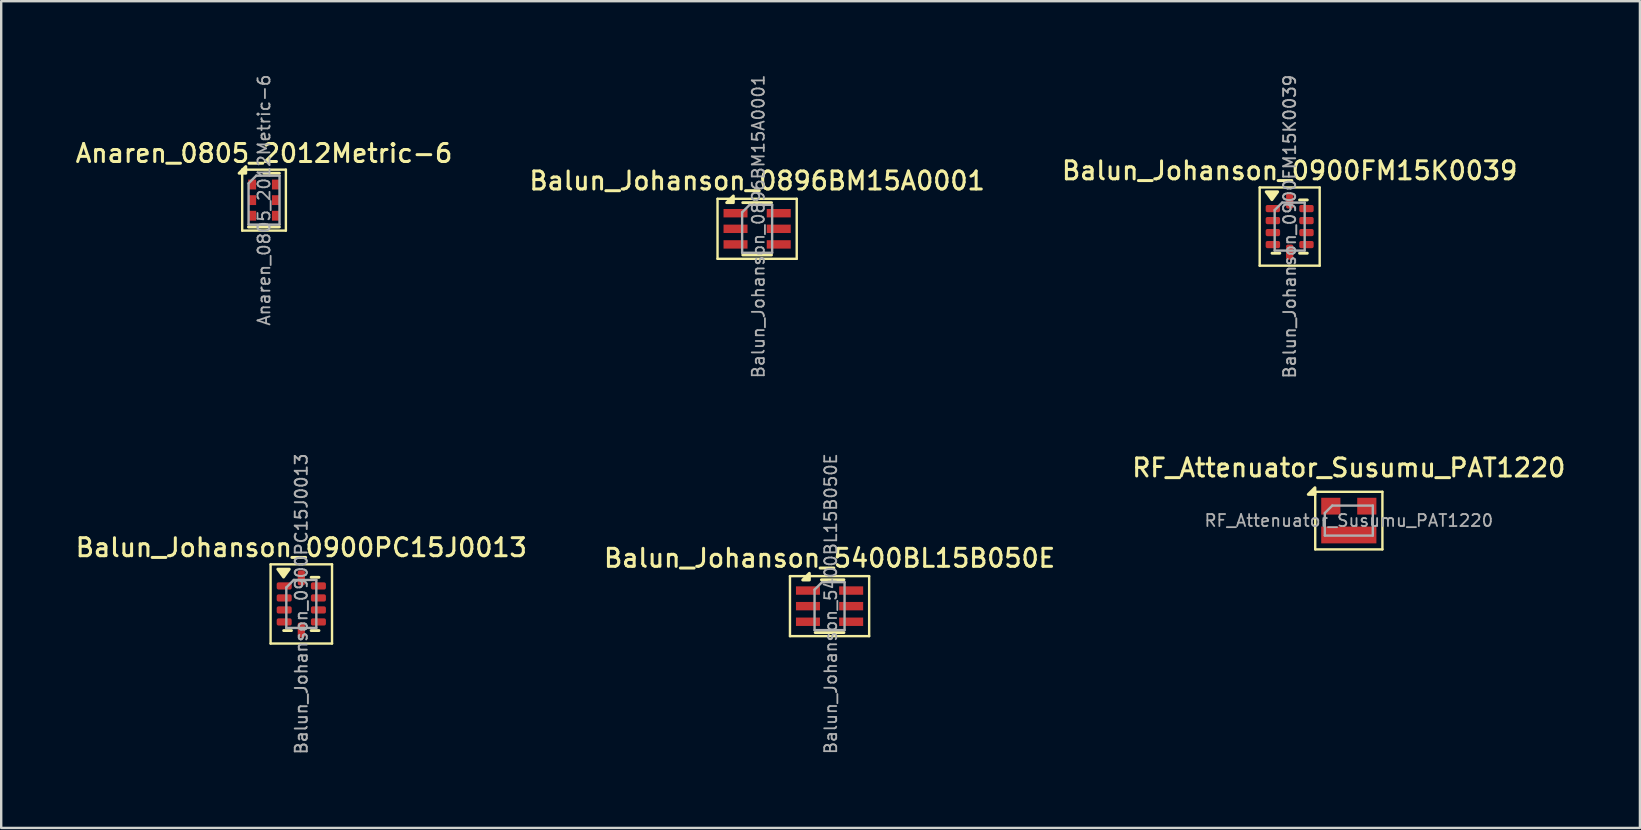
<source format=kicad_pcb>
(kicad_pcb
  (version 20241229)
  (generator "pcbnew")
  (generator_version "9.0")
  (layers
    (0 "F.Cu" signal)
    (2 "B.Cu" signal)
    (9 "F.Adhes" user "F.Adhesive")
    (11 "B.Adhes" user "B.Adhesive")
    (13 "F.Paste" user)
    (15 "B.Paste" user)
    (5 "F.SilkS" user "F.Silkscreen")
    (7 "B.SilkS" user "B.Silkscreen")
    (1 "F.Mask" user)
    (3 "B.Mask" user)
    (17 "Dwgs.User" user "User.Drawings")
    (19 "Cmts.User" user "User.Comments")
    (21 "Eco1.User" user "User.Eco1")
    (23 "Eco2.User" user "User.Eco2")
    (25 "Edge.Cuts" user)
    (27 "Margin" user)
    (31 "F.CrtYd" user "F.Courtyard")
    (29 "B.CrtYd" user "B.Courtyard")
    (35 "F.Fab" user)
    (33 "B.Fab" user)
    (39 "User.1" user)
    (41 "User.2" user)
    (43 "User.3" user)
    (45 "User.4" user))
  (footprint "RF_Attenuator_Susumu_PAT1220"
    (layer "F.Cu")
    (at 53.152 18.641)
    (property "Reference" "RF_Attenuator_Susumu_PAT1220" (at 0 -2.2 0) (layer "F.SilkS") (effects (font (size 0.75 0.75) (thickness 0.125))))
    (attr smd)
    (fp_line (start -1.4 -1.2) (end 1.4 -1.2) (stroke (width 0.1) (type solid)) (layer "F.SilkS"))
    (fp_line (start -1.4 1.2) (end -1.4 -1.2) (stroke (width 0.1) (type solid)) (layer "F.SilkS"))
    (fp_line (start 1.4 -1.2) (end 1.4 1.2) (stroke (width 0.1) (type solid)) (layer "F.SilkS"))
    (fp_line (start 1.4 1.2) (end -1.4 1.2) (stroke (width 0.1) (type solid)) (layer "F.SilkS"))
    (fp_poly (pts (xy -1.41 -1.09) (xy -1.69 -1.09) (xy -1.41 -1.37) (xy -1.41 -1.09)) (stroke (width 0.12) (type solid)) (fill yes) (layer "F.SilkS"))
    (fp_line (start -1 -0.312) (end -0.688 -0.625) (stroke (width 0.1) (type solid)) (layer "F.Fab"))
    (fp_line (start -1 0.625) (end -1 -0.312) (stroke (width 0.1) (type solid)) (layer "F.Fab"))
    (fp_line (start -0.688 -0.625) (end 1 -0.625) (stroke (width 0.1) (type solid)) (layer "F.Fab"))
    (fp_line (start 1 -0.625) (end 1 0.625) (stroke (width 0.1) (type solid)) (layer "F.Fab"))
    (fp_line (start 1 0.625) (end -1 0.625) (stroke (width 0.1) (type solid)) (layer "F.Fab"))
    (fp_text user "${REFERENCE}" (at 0 0 0) (layer "F.Fab") (effects (font (size 0.5 0.5) (thickness 0.075))))
    (pad "1" smd rect (at -0.75 -0.6) (size 0.8 0.7) (layers "F.Cu" "F.Mask" "F.Paste"))
    (pad "2" smd rect (at 0.75 -0.6) (size 0.8 0.7) (layers "F.Cu" "F.Mask" "F.Paste"))
    (pad "3" smd rect (at 0 0.6) (size 2.3 0.7) (layers "F.Cu" "F.Mask" "F.Paste")))
  (footprint "Balun_Johanson_0896BM15A0001"
    (layer "F.Cu")
    (at 28.498 6.484)
    (property "Reference" "Balun_Johanson_0896BM15A0001" (at 0 -2 0) (layer "F.SilkS") (effects (font (size 0.75 0.75) (thickness 0.125))))
    (attr smd)
    (fp_line (start -1.65 -1.25) (end -1.65 1.25) (stroke (width 0.1) (type solid)) (layer "F.SilkS"))
    (fp_line (start -1.65 1.25) (end 1.65 1.25) (stroke (width 0.1) (type solid)) (layer "F.SilkS"))
    (fp_line (start -0.6 -1.09) (end 0.6 -1.09) (stroke (width 0.12) (type solid)) (layer "F.SilkS"))
    (fp_line (start -0.6 1.09) (end 0.6 1.09) (stroke (width 0.12) (type solid)) (layer "F.SilkS"))
    (fp_line (start 1.65 -1.25) (end -1.65 -1.25) (stroke (width 0.1) (type solid)) (layer "F.SilkS"))
    (fp_line (start 1.65 1.25) (end 1.65 -1.25) (stroke (width 0.1) (type solid)) (layer "F.SilkS"))
    (fp_poly (pts (xy -0.99 -1.09) (xy -1.27 -1.09) (xy -0.99 -1.37) (xy -0.99 -1.09)) (stroke (width 0.12) (type solid)) (fill yes) (layer "F.SilkS"))
    (fp_line (start -0.625 1) (end -0.625 -0.688) (stroke (width 0.1) (type solid)) (layer "F.Fab"))
    (fp_line (start -0.312 -1) (end -0.625 -0.688) (stroke (width 0.1) (type solid)) (layer "F.Fab"))
    (fp_line (start -0.312 -1) (end 0.625 -1) (stroke (width 0.1) (type solid)) (layer "F.Fab"))
    (fp_line (start 0.625 -1) (end 0.625 1) (stroke (width 0.1) (type solid)) (layer "F.Fab"))
    (fp_line (start 0.625 1) (end -0.625 1) (stroke (width 0.1) (type solid)) (layer "F.Fab"))
    (fp_text user "${REFERENCE}" (at 0.05 -0.1 90) (layer "F.Fab") (effects (font (size 0.5 0.5) (thickness 0.075))))
    (pad "1" smd rect (at -0.9 -0.65) (size 1 0.35) (layers "F.Cu" "F.Mask" "F.Paste"))
    (pad "2" smd rect (at -0.9 0) (size 1 0.35) (layers "F.Cu" "F.Mask" "F.Paste"))
    (pad "3" smd rect (at -0.9 0.65) (size 1 0.35) (layers "F.Cu" "F.Mask" "F.Paste"))
    (pad "4" smd rect (at 0.9 0.65) (size 1 0.35) (layers "F.Cu" "F.Mask" "F.Paste"))
    (pad "5" smd rect (at 0.9 0) (size 1 0.35) (layers "F.Cu" "F.Mask" "F.Paste"))
    (pad "6" smd rect (at 0.9 -0.65) (size 1 0.35) (layers "F.Cu" "F.Mask" "F.Paste")))
  (footprint "Anaren_0805_2012Metric-6"
    (layer "F.Cu")
    (at 7.952 5.289)
    (property "Reference" "Anaren_0805_2012Metric-6" (at 0 -1.95 0) (layer "F.SilkS") (effects (font (size 0.75 0.75) (thickness 0.125))))
    (attr smd)
    (fp_line (start -0.91 -1.27) (end 0.91 -1.27) (stroke (width 0.1) (type solid)) (layer "F.SilkS"))
    (fp_line (start -0.91 1.27) (end -0.91 -1.27) (stroke (width 0.1) (type solid)) (layer "F.SilkS"))
    (fp_line (start -0.65 1.12) (end 0.64 1.12) (stroke (width 0.12) (type solid)) (layer "F.SilkS"))
    (fp_line (start -0.005 -1.12) (end 0.64 -1.12) (stroke (width 0.12) (type solid)) (layer "F.SilkS"))
    (fp_line (start 0.91 -1.27) (end 0.91 1.27) (stroke (width 0.1) (type solid)) (layer "F.SilkS"))
    (fp_line (start 0.91 1.27) (end -0.91 1.27) (stroke (width 0.1) (type solid)) (layer "F.SilkS"))
    (fp_poly (pts (xy -0.76 -1.12) (xy -1.04 -1.12) (xy -0.76 -1.4) (xy -0.76 -1.12)) (stroke (width 0.12) (type solid)) (fill yes) (layer "F.SilkS"))
    (fp_line (start -0.645 -0.698) (end -0.645 1.02) (stroke (width 0.1) (type solid)) (layer "F.Fab"))
    (fp_line (start -0.645 -0.698) (end -0.323 -1.02) (stroke (width 0.1) (type solid)) (layer "F.Fab"))
    (fp_line (start -0.645 1.02) (end 0.645 1.02) (stroke (width 0.1) (type solid)) (layer "F.Fab"))
    (fp_line (start 0.645 -1.02) (end -0.323 -1.02) (stroke (width 0.1) (type solid)) (layer "F.Fab"))
    (fp_line (start 0.645 1.02) (end 0.645 -1.02) (stroke (width 0.1) (type solid)) (layer "F.Fab"))
    (fp_text user "${REFERENCE}" (at 0 0 90) (layer "F.Fab") (effects (font (size 0.5 0.5) (thickness 0.075))))
    (pad "1" smd rect (at -0.495 -0.65 270) (size 0.41 0.33) (layers "F.Cu" "F.Mask" "F.Paste"))
    (pad "2" smd rect (at -0.495 0 270) (size 0.41 0.33) (layers "F.Cu" "F.Mask" "F.Paste"))
    (pad "3" smd rect (at -0.495 0.65 270) (size 0.41 0.33) (layers "F.Cu" "F.Mask" "F.Paste"))
    (pad "4" smd rect (at 0.495 0.65 270) (size 0.41 0.33) (layers "F.Cu" "F.Mask" "F.Paste"))
    (pad "5" smd rect (at 0.495 0 270) (size 0.41 0.33) (layers "F.Cu" "F.Mask" "F.Paste"))
    (pad "6" smd rect (at 0.495 -0.65 270) (size 0.41 0.33) (layers "F.Cu" "F.Mask" "F.Paste")))
  (footprint "Balun_Johanson_0900PC15J0013"
    (layer "F.Cu")
    (at 9.505 22.115)
    (property "Reference" "Balun_Johanson_0900PC15J0013" (at 0 -2.35 0) (layer "F.SilkS") (effects (font (size 0.75 0.75) (thickness 0.125))))
    (attr smd)
    (fp_line (start -1.28 -1.65) (end -1.28 1.65) (stroke (width 0.1) (type solid)) (layer "F.SilkS"))
    (fp_line (start -1.28 1.65) (end 1.28 1.65) (stroke (width 0.1) (type solid)) (layer "F.SilkS"))
    (fp_line (start -0.41 1.11) (end -0.735 1.11) (stroke (width 0.12) (type solid)) (layer "F.SilkS"))
    (fp_line (start 0.41 -1.11) (end 0.735 -1.11) (stroke (width 0.12) (type solid)) (layer "F.SilkS"))
    (fp_line (start 0.41 1.11) (end 0.735 1.11) (stroke (width 0.12) (type solid)) (layer "F.SilkS"))
    (fp_line (start 1.28 -1.65) (end -1.28 -1.65) (stroke (width 0.1) (type solid)) (layer "F.SilkS"))
    (fp_line (start 1.28 1.65) (end 1.28 -1.65) (stroke (width 0.1) (type solid)) (layer "F.SilkS"))
    (fp_poly (pts (xy -0.74 -1.12) (xy -0.98 -1.45) (xy -0.5 -1.45) (xy -0.74 -1.12)) (stroke (width 0.12) (type solid)) (fill yes) (layer "F.SilkS"))
    (fp_line (start -0.625 -0.688) (end -0.312 -1) (stroke (width 0.1) (type solid)) (layer "F.Fab"))
    (fp_line (start -0.625 1) (end -0.625 -0.688) (stroke (width 0.1) (type solid)) (layer "F.Fab"))
    (fp_line (start -0.312 -1) (end 0.625 -1) (stroke (width 0.1) (type solid)) (layer "F.Fab"))
    (fp_line (start 0.625 -1) (end 0.625 1) (stroke (width 0.1) (type solid)) (layer "F.Fab"))
    (fp_line (start 0.625 1) (end -0.625 1) (stroke (width 0.1) (type solid)) (layer "F.Fab"))
    (fp_text user "${REFERENCE}" (at 0 0 90) (layer "F.Fab") (effects (font (size 0.5 0.5) (thickness 0.08))))
    (pad "1" smd roundrect (at -0.713 -0.75) (size 0.625 0.3) (layers "F.Cu" "F.Mask" "F.Paste") (roundrect_rratio 0.25))
    (pad "2" smd roundrect (at -0.713 -0.25) (size 0.625 0.3) (layers "F.Cu" "F.Mask" "F.Paste") (roundrect_rratio 0.25))
    (pad "3" smd roundrect (at -0.713 0.25) (size 0.625 0.3) (layers "F.Cu" "F.Mask" "F.Paste") (roundrect_rratio 0.25))
    (pad "4" smd roundrect (at -0.713 0.75) (size 0.625 0.3) (layers "F.Cu" "F.Mask" "F.Paste") (roundrect_rratio 0.25))
    (pad "5" smd roundrect (at 0 1.087) (size 0.3 0.625) (layers "F.Cu" "F.Mask" "F.Paste") (roundrect_rratio 0.25))
    (pad "6" smd roundrect (at 0.713 0.75) (size 0.625 0.3) (layers "F.Cu" "F.Mask" "F.Paste") (roundrect_rratio 0.25))
    (pad "7" smd roundrect (at 0.713 0.25) (size 0.625 0.3) (layers "F.Cu" "F.Mask" "F.Paste") (roundrect_rratio 0.25))
    (pad "8" smd roundrect (at 0.713 -0.25) (size 0.625 0.3) (layers "F.Cu" "F.Mask" "F.Paste") (roundrect_rratio 0.25))
    (pad "9" smd roundrect (at 0.713 -0.75) (size 0.625 0.3) (layers "F.Cu" "F.Mask" "F.Paste") (roundrect_rratio 0.25))
    (pad "10" smd roundrect (at 0 -1.087) (size 0.3 0.625) (layers "F.Cu" "F.Mask" "F.Paste") (roundrect_rratio 0.25)))
  (footprint "Balun_Johanson_0900FM15K0039"
    (layer "F.Cu")
    (at 50.688 6.391)
    (property "Reference" "Balun_Johanson_0900FM15K0039" (at 0 -2.33 0) (layer "F.SilkS") (effects (font (size 0.75 0.75) (thickness 0.125))))
    (attr smd)
    (fp_line (start -1.25 -1.63) (end -1.25 1.63) (stroke (width 0.1) (type solid)) (layer "F.SilkS"))
    (fp_line (start -1.25 1.63) (end 1.25 1.63) (stroke (width 0.1) (type solid)) (layer "F.SilkS"))
    (fp_line (start -0.41 1.11) (end -0.735 1.11) (stroke (width 0.12) (type solid)) (layer "F.SilkS"))
    (fp_line (start 0.41 -1.11) (end 0.735 -1.11) (stroke (width 0.12) (type solid)) (layer "F.SilkS"))
    (fp_line (start 0.41 1.11) (end 0.735 1.11) (stroke (width 0.12) (type solid)) (layer "F.SilkS"))
    (fp_line (start 1.25 -1.63) (end -1.25 -1.63) (stroke (width 0.1) (type solid)) (layer "F.SilkS"))
    (fp_line (start 1.25 1.63) (end 1.25 -1.63) (stroke (width 0.1) (type solid)) (layer "F.SilkS"))
    (fp_poly (pts (xy -0.74 -1.12) (xy -0.98 -1.45) (xy -0.5 -1.45) (xy -0.74 -1.12)) (stroke (width 0.12) (type solid)) (fill yes) (layer "F.SilkS"))
    (fp_line (start -0.625 -0.688) (end -0.312 -1) (stroke (width 0.1) (type solid)) (layer "F.Fab"))
    (fp_line (start -0.625 1) (end -0.625 -0.688) (stroke (width 0.1) (type solid)) (layer "F.Fab"))
    (fp_line (start -0.312 -1) (end 0.625 -1) (stroke (width 0.1) (type solid)) (layer "F.Fab"))
    (fp_line (start 0.625 -1) (end 0.625 1) (stroke (width 0.1) (type solid)) (layer "F.Fab"))
    (fp_line (start 0.625 1) (end -0.625 1) (stroke (width 0.1) (type solid)) (layer "F.Fab"))
    (fp_text user "${REFERENCE}" (at 0 0 90) (layer "F.Fab") (effects (font (size 0.5 0.5) (thickness 0.08))))
    (pad "1" smd roundrect (at -0.7 -0.75) (size 0.6 0.3) (layers "F.Cu" "F.Mask" "F.Paste") (roundrect_rratio 0.25))
    (pad "2" smd roundrect (at -0.7 -0.25) (size 0.6 0.3) (layers "F.Cu" "F.Mask" "F.Paste") (roundrect_rratio 0.25))
    (pad "3" smd roundrect (at -0.7 0.25) (size 0.6 0.3) (layers "F.Cu" "F.Mask" "F.Paste") (roundrect_rratio 0.25))
    (pad "4" smd roundrect (at -0.7 0.75) (size 0.6 0.3) (layers "F.Cu" "F.Mask" "F.Paste") (roundrect_rratio 0.25))
    (pad "5" smd roundrect (at 0 1.062) (size 0.3 0.625) (layers "F.Cu" "F.Mask" "F.Paste") (roundrect_rratio 0.25))
    (pad "6" smd roundrect (at 0.7 0.75) (size 0.6 0.3) (layers "F.Cu" "F.Mask" "F.Paste") (roundrect_rratio 0.25))
    (pad "7" smd roundrect (at 0.7 0.25) (size 0.6 0.3) (layers "F.Cu" "F.Mask" "F.Paste") (roundrect_rratio 0.25))
    (pad "8" smd roundrect (at 0.7 -0.25) (size 0.6 0.3) (layers "F.Cu" "F.Mask" "F.Paste") (roundrect_rratio 0.25))
    (pad "9" smd roundrect (at 0.7 -0.75) (size 0.6 0.3) (layers "F.Cu" "F.Mask" "F.Paste") (roundrect_rratio 0.25))
    (pad "10" smd roundrect (at 0 -1.062) (size 0.3 0.625) (layers "F.Cu" "F.Mask" "F.Paste") (roundrect_rratio 0.25)))
  (footprint "Balun_Johanson_5400BL15B050E"
    (layer "F.Cu")
    (at 31.516 22.207)
    (property "Reference" "Balun_Johanson_5400BL15B050E" (at 0 -2 0) (layer "F.SilkS") (effects (font (size 0.75 0.75) (thickness 0.125))))
    (attr smd)
    (fp_line (start -1.65 -1.25) (end -1.65 1.25) (stroke (width 0.1) (type solid)) (layer "F.SilkS"))
    (fp_line (start -1.65 1.25) (end 1.65 1.25) (stroke (width 0.1) (type solid)) (layer "F.SilkS"))
    (fp_line (start -0.6 1.1) (end 0.6 1.1) (stroke (width 0.12) (type solid)) (layer "F.SilkS"))
    (fp_line (start -0.34 -1.1) (end 0.6 -1.1) (stroke (width 0.12) (type solid)) (layer "F.SilkS"))
    (fp_line (start 1.65 -1.25) (end -1.65 -1.25) (stroke (width 0.1) (type solid)) (layer "F.SilkS"))
    (fp_line (start 1.65 1.25) (end 1.65 -1.25) (stroke (width 0.1) (type solid)) (layer "F.SilkS"))
    (fp_poly (pts (xy -0.84 -1.09) (xy -1.12 -1.09) (xy -0.84 -1.37) (xy -0.84 -1.09)) (stroke (width 0.12) (type solid)) (fill yes) (layer "F.SilkS"))
    (fp_line (start -0.625 1) (end -0.625 -0.688) (stroke (width 0.1) (type solid)) (layer "F.Fab"))
    (fp_line (start -0.312 -1) (end -0.625 -0.688) (stroke (width 0.1) (type solid)) (layer "F.Fab"))
    (fp_line (start -0.312 -1) (end 0.625 -1) (stroke (width 0.1) (type solid)) (layer "F.Fab"))
    (fp_line (start 0.625 -1) (end 0.625 1) (stroke (width 0.1) (type solid)) (layer "F.Fab"))
    (fp_line (start 0.625 1) (end -0.625 1) (stroke (width 0.1) (type solid)) (layer "F.Fab"))
    (fp_text user "${REFERENCE}" (at 0.05 -0.1 90) (layer "F.Fab") (effects (font (size 0.5 0.5) (thickness 0.075))))
    (pad "1" smd rect (at -0.9 -0.65) (size 1 0.35) (layers "F.Cu" "F.Mask" "F.Paste"))
    (pad "2" smd rect (at -0.9 0) (size 1 0.35) (layers "F.Cu" "F.Mask" "F.Paste"))
    (pad "3" smd rect (at -0.9 0.65) (size 1 0.35) (layers "F.Cu" "F.Mask" "F.Paste"))
    (pad "4" smd rect (at 0.9 0.65) (size 1 0.35) (layers "F.Cu" "F.Mask" "F.Paste"))
    (pad "5" smd rect (at 0.9 0) (size 1 0.35) (layers "F.Cu" "F.Mask" "F.Paste"))
    (pad "6" smd rect (at 0.9 -0.65) (size 1 0.35) (layers "F.Cu" "F.Mask" "F.Paste")))
  (gr_rect
    (start -3 -3)
    (end 65.282 31.447)
    (stroke (width 0.1) (type default))
    (fill no)
    (layer "Edge.Cuts")))
</source>
